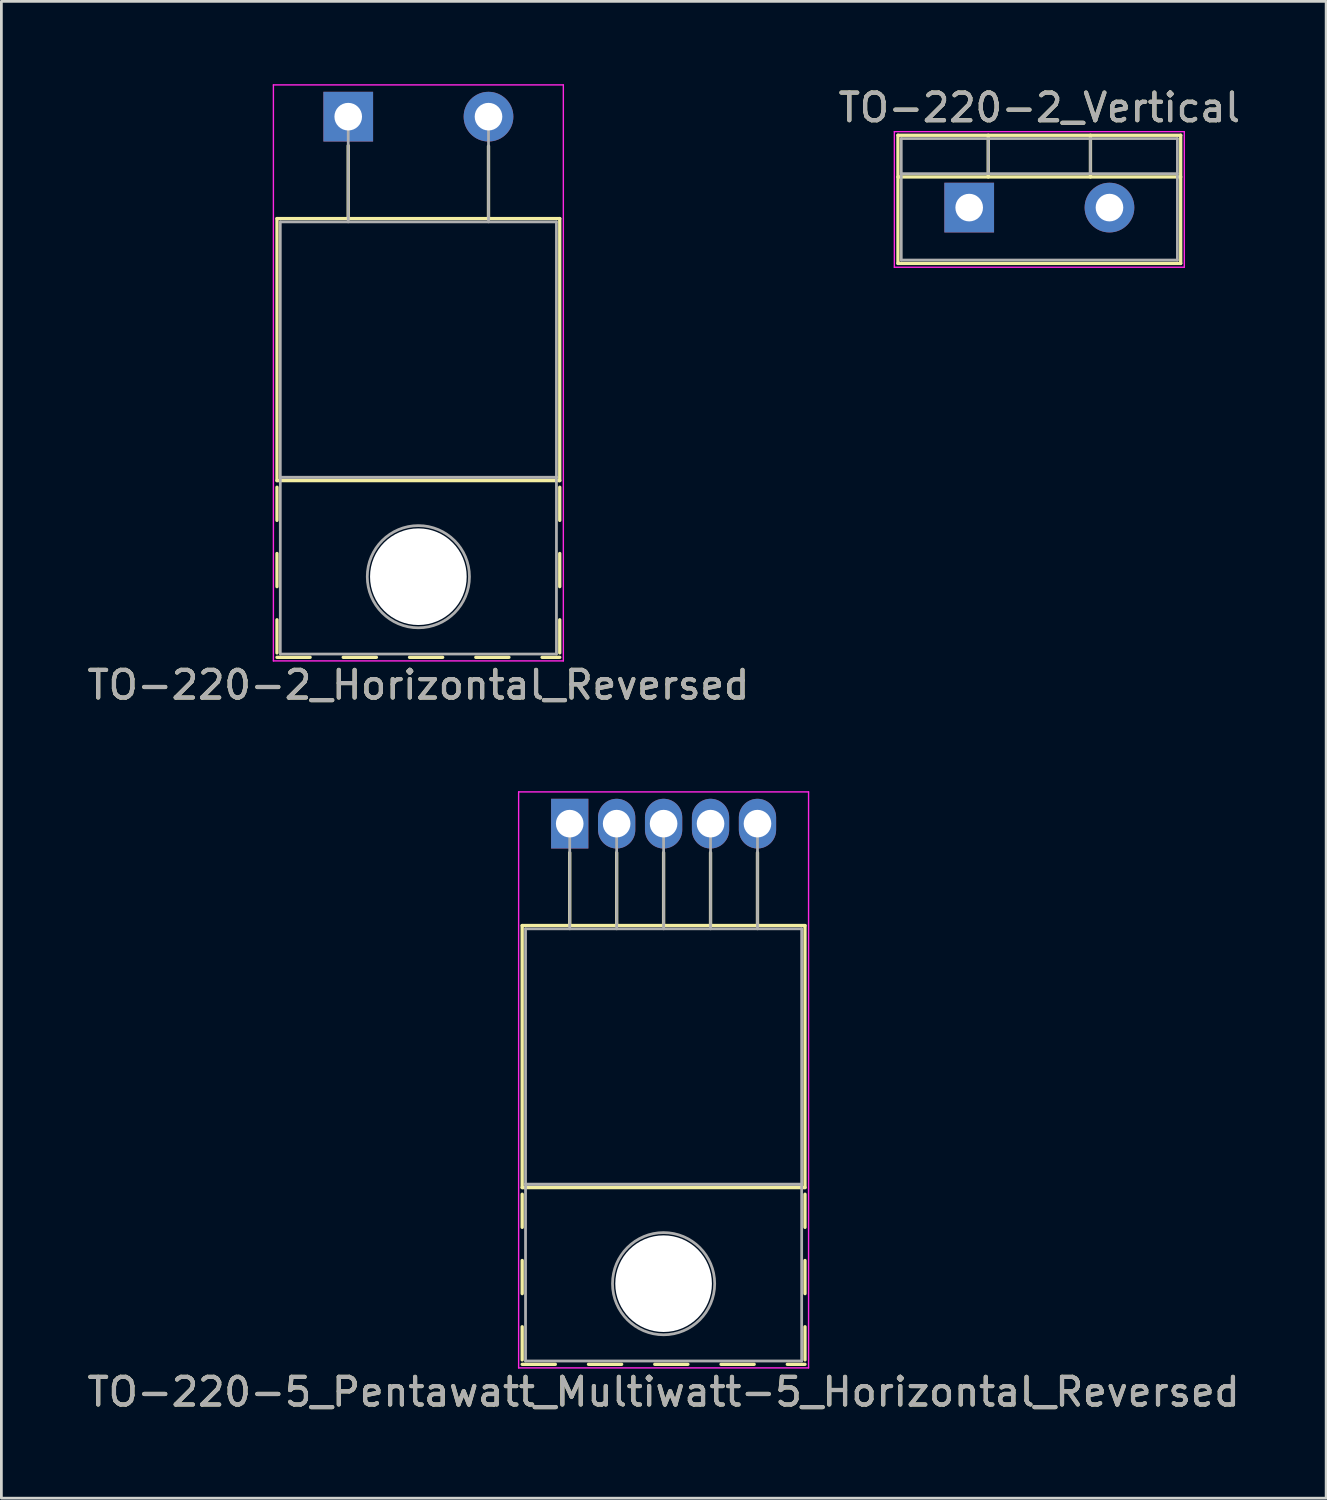
<source format=kicad_pcb>
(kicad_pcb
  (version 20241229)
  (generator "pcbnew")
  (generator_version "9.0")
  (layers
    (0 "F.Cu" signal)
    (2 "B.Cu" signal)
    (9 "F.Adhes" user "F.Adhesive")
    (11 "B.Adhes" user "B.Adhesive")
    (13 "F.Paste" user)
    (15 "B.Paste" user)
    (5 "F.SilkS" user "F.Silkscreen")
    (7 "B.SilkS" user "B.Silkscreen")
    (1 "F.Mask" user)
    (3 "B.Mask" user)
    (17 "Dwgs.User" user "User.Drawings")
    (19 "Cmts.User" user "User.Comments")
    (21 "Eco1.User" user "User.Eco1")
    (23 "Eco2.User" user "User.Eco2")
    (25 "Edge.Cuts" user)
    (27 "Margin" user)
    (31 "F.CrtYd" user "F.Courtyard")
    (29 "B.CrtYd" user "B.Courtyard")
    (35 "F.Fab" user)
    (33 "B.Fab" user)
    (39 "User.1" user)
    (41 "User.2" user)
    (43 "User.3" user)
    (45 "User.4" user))
  (footprint "TO-220-5_Pentawatt_Multiwatt-5_Horizontal_Reversed"
    (layer "F.Cu")
    (at 17.582 26.778)
    (property "Reference" "TO-220-5_Pentawatt_Multiwatt-5_Horizontal_Reversed" (at 3.4 20.58 0) (layer "F.SilkS") (effects (font (size 1 1) (thickness 0.15))))
    (attr through_hole)
    (fp_line (start -1.721 3.69) (end -1.721 13.18) (stroke (width 0.12) (type solid)) (layer "F.SilkS"))
    (fp_line (start -1.721 3.69) (end 8.52 3.69) (stroke (width 0.12) (type solid)) (layer "F.SilkS"))
    (fp_line (start -1.721 13.18) (end 8.52 13.18) (stroke (width 0.12) (type solid)) (layer "F.SilkS"))
    (fp_line (start -1.721 13.42) (end -1.721 14.62) (stroke (width 0.12) (type solid)) (layer "F.SilkS"))
    (fp_line (start -1.721 15.82) (end -1.721 17.02) (stroke (width 0.12) (type solid)) (layer "F.SilkS"))
    (fp_line (start -1.721 18.22) (end -1.721 19.42) (stroke (width 0.12) (type solid)) (layer "F.SilkS"))
    (fp_line (start -1.721 19.58) (end -0.521 19.58) (stroke (width 0.12) (type solid)) (layer "F.SilkS"))
    (fp_line (start 0 1.05) (end 0 3.69) (stroke (width 0.12) (type solid)) (layer "F.SilkS"))
    (fp_line (start 0.68 19.58) (end 1.88 19.58) (stroke (width 0.12) (type solid)) (layer "F.SilkS"))
    (fp_line (start 1.7 1.05) (end 1.7 3.69) (stroke (width 0.12) (type solid)) (layer "F.SilkS"))
    (fp_line (start 3.08 19.58) (end 4.28 19.58) (stroke (width 0.12) (type solid)) (layer "F.SilkS"))
    (fp_line (start 3.4 1.05) (end 3.4 3.69) (stroke (width 0.12) (type solid)) (layer "F.SilkS"))
    (fp_line (start 5.1 1.05) (end 5.1 3.69) (stroke (width 0.12) (type solid)) (layer "F.SilkS"))
    (fp_line (start 5.48 19.58) (end 6.68 19.58) (stroke (width 0.12) (type solid)) (layer "F.SilkS"))
    (fp_line (start 6.8 1.05) (end 6.8 3.69) (stroke (width 0.12) (type solid)) (layer "F.SilkS"))
    (fp_line (start 7.88 19.58) (end 8.52 19.58) (stroke (width 0.12) (type solid)) (layer "F.SilkS"))
    (fp_line (start 8.52 3.69) (end 8.52 13.18) (stroke (width 0.12) (type solid)) (layer "F.SilkS"))
    (fp_line (start 8.52 13.42) (end 8.52 14.62) (stroke (width 0.12) (type solid)) (layer "F.SilkS"))
    (fp_line (start 8.52 15.82) (end 8.52 17.02) (stroke (width 0.12) (type solid)) (layer "F.SilkS"))
    (fp_line (start 8.52 18.22) (end 8.52 19.42) (stroke (width 0.12) (type solid)) (layer "F.SilkS"))
    (fp_line (start -1.85 -1.15) (end -1.85 19.71) (stroke (width 0.05) (type solid)) (layer "F.CrtYd"))
    (fp_line (start -1.85 19.71) (end 8.65 19.71) (stroke (width 0.05) (type solid)) (layer "F.CrtYd"))
    (fp_line (start 8.65 -1.15) (end -1.85 -1.15) (stroke (width 0.05) (type solid)) (layer "F.CrtYd"))
    (fp_line (start 8.65 19.71) (end 8.65 -1.15) (stroke (width 0.05) (type solid)) (layer "F.CrtYd"))
    (fp_line (start -1.6 3.81) (end -1.6 13.06) (stroke (width 0.1) (type solid)) (layer "F.Fab"))
    (fp_line (start -1.6 13.06) (end -1.6 19.46) (stroke (width 0.1) (type solid)) (layer "F.Fab"))
    (fp_line (start -1.6 13.06) (end 8.4 13.06) (stroke (width 0.1) (type solid)) (layer "F.Fab"))
    (fp_line (start -1.6 19.46) (end 8.4 19.46) (stroke (width 0.1) (type solid)) (layer "F.Fab"))
    (fp_line (start 0 3.81) (end 0 0) (stroke (width 0.1) (type solid)) (layer "F.Fab"))
    (fp_line (start 1.7 3.81) (end 1.7 0) (stroke (width 0.1) (type solid)) (layer "F.Fab"))
    (fp_line (start 3.4 3.81) (end 3.4 0) (stroke (width 0.1) (type solid)) (layer "F.Fab"))
    (fp_line (start 5.1 3.81) (end 5.1 0) (stroke (width 0.1) (type solid)) (layer "F.Fab"))
    (fp_line (start 6.8 3.81) (end 6.8 0) (stroke (width 0.1) (type solid)) (layer "F.Fab"))
    (fp_line (start 8.4 3.81) (end -1.6 3.81) (stroke (width 0.1) (type solid)) (layer "F.Fab"))
    (fp_line (start 8.4 13.06) (end -1.6 13.06) (stroke (width 0.1) (type solid)) (layer "F.Fab"))
    (fp_line (start 8.4 13.06) (end 8.4 3.81) (stroke (width 0.1) (type solid)) (layer "F.Fab"))
    (fp_line (start 8.4 19.46) (end 8.4 13.06) (stroke (width 0.1) (type solid)) (layer "F.Fab"))
    (fp_circle (center 3.4 16.66) (end 5.25 16.66) (stroke (width 0.1) (type solid)) (fill no) (layer "F.Fab"))
    (fp_text user "${REFERENCE}" (at 3.4 20.58 0) (layer "F.Fab") (effects (font (size 1 1) (thickness 0.15))))
    (pad "" np_thru_hole oval (at 3.4 16.66) (size 3.5 3.5) (drill 3.5) (layers "*.Cu" "*.Mask"))
    (pad "1" thru_hole rect (at 0 0) (size 1.35 1.8) (drill 1) (layers "*.Cu" "*.Mask"))
    (pad "2" thru_hole oval (at 1.7 0) (size 1.35 1.8) (drill 1) (layers "*.Cu" "*.Mask"))
    (pad "3" thru_hole oval (at 3.4 0) (size 1.35 1.8) (drill 1) (layers "*.Cu" "*.Mask"))
    (pad "4" thru_hole oval (at 5.1 0) (size 1.35 1.8) (drill 1) (layers "*.Cu" "*.Mask"))
    (pad "5" thru_hole oval (at 6.8 0) (size 1.35 1.8) (drill 1) (layers "*.Cu" "*.Mask")))
  (footprint "TO-220-2_Vertical"
    (layer "F.Cu")
    (at 32.049 4.468)
    (property "Reference" "TO-220-2_Vertical" (at 2.54 -3.62 0) (layer "F.SilkS") (effects (font (size 1 1) (thickness 0.15))))
    (attr through_hole)
    (fp_line (start -2.58 -2.62) (end -2.58 2.021) (stroke (width 0.12) (type solid)) (layer "F.SilkS"))
    (fp_line (start -2.58 -2.62) (end 7.66 -2.62) (stroke (width 0.12) (type solid)) (layer "F.SilkS"))
    (fp_line (start -2.58 -1.11) (end 7.66 -1.11) (stroke (width 0.12) (type solid)) (layer "F.SilkS"))
    (fp_line (start -2.58 2.021) (end 7.66 2.021) (stroke (width 0.12) (type solid)) (layer "F.SilkS"))
    (fp_line (start 0.69 -2.62) (end 0.69 -1.11) (stroke (width 0.12) (type solid)) (layer "F.SilkS"))
    (fp_line (start 4.391 -2.62) (end 4.391 -1.11) (stroke (width 0.12) (type solid)) (layer "F.SilkS"))
    (fp_line (start 7.66 -2.62) (end 7.66 2.021) (stroke (width 0.12) (type solid)) (layer "F.SilkS"))
    (fp_line (start -2.71 -2.75) (end -2.71 2.16) (stroke (width 0.05) (type solid)) (layer "F.CrtYd"))
    (fp_line (start -2.71 2.16) (end 7.79 2.16) (stroke (width 0.05) (type solid)) (layer "F.CrtYd"))
    (fp_line (start 7.79 -2.75) (end -2.71 -2.75) (stroke (width 0.05) (type solid)) (layer "F.CrtYd"))
    (fp_line (start 7.79 2.16) (end 7.79 -2.75) (stroke (width 0.05) (type solid)) (layer "F.CrtYd"))
    (fp_line (start -2.46 -2.5) (end -2.46 1.9) (stroke (width 0.1) (type solid)) (layer "F.Fab"))
    (fp_line (start -2.46 -1.23) (end 7.54 -1.23) (stroke (width 0.1) (type solid)) (layer "F.Fab"))
    (fp_line (start -2.46 1.9) (end 7.54 1.9) (stroke (width 0.1) (type solid)) (layer "F.Fab"))
    (fp_line (start 0.69 -2.5) (end 0.69 -1.23) (stroke (width 0.1) (type solid)) (layer "F.Fab"))
    (fp_line (start 4.39 -2.5) (end 4.39 -1.23) (stroke (width 0.1) (type solid)) (layer "F.Fab"))
    (fp_line (start 7.54 -2.5) (end -2.46 -2.5) (stroke (width 0.1) (type solid)) (layer "F.Fab"))
    (fp_line (start 7.54 1.9) (end 7.54 -2.5) (stroke (width 0.1) (type solid)) (layer "F.Fab"))
    (fp_text user "${REFERENCE}" (at 2.54 -3.62 0) (layer "F.Fab") (effects (font (size 1 1) (thickness 0.15))))
    (pad "1" thru_hole rect (at 0 0) (size 1.8 1.8) (drill 1) (layers "*.Cu" "*.Mask"))
    (pad "2" thru_hole oval (at 5.08 0) (size 1.8 1.8) (drill 1) (layers "*.Cu" "*.Mask")))
  (footprint "TO-220-2_Horizontal_Reversed"
    (layer "F.Cu")
    (at 9.561 1.175)
    (property "Reference" "TO-220-2_Horizontal_Reversed" (at 2.54 20.58 0) (layer "F.SilkS") (effects (font (size 1 1) (thickness 0.15))))
    (attr through_hole)
    (fp_line (start -2.58 3.69) (end -2.58 13.18) (stroke (width 0.12) (type solid)) (layer "F.SilkS"))
    (fp_line (start -2.58 3.69) (end 7.66 3.69) (stroke (width 0.12) (type solid)) (layer "F.SilkS"))
    (fp_line (start -2.58 13.18) (end 7.66 13.18) (stroke (width 0.12) (type solid)) (layer "F.SilkS"))
    (fp_line (start -2.58 13.42) (end -2.58 14.62) (stroke (width 0.12) (type solid)) (layer "F.SilkS"))
    (fp_line (start -2.58 15.82) (end -2.58 17.02) (stroke (width 0.12) (type solid)) (layer "F.SilkS"))
    (fp_line (start -2.58 18.22) (end -2.58 19.42) (stroke (width 0.12) (type solid)) (layer "F.SilkS"))
    (fp_line (start -2.58 19.58) (end -1.38 19.58) (stroke (width 0.12) (type solid)) (layer "F.SilkS"))
    (fp_line (start -0.181 19.58) (end 1.02 19.58) (stroke (width 0.12) (type solid)) (layer "F.SilkS"))
    (fp_line (start 0 1.05) (end 0 3.69) (stroke (width 0.12) (type solid)) (layer "F.SilkS"))
    (fp_line (start 2.22 19.58) (end 3.42 19.58) (stroke (width 0.12) (type solid)) (layer "F.SilkS"))
    (fp_line (start 4.62 19.58) (end 5.82 19.58) (stroke (width 0.12) (type solid)) (layer "F.SilkS"))
    (fp_line (start 5.08 1.066) (end 5.08 3.69) (stroke (width 0.12) (type solid)) (layer "F.SilkS"))
    (fp_line (start 7.02 19.58) (end 7.66 19.58) (stroke (width 0.12) (type solid)) (layer "F.SilkS"))
    (fp_line (start 7.66 3.69) (end 7.66 13.18) (stroke (width 0.12) (type solid)) (layer "F.SilkS"))
    (fp_line (start 7.66 13.42) (end 7.66 14.62) (stroke (width 0.12) (type solid)) (layer "F.SilkS"))
    (fp_line (start 7.66 15.82) (end 7.66 17.02) (stroke (width 0.12) (type solid)) (layer "F.SilkS"))
    (fp_line (start 7.66 18.22) (end 7.66 19.42) (stroke (width 0.12) (type solid)) (layer "F.SilkS"))
    (fp_line (start -2.71 -1.15) (end -2.71 19.71) (stroke (width 0.05) (type solid)) (layer "F.CrtYd"))
    (fp_line (start -2.71 19.71) (end 7.79 19.71) (stroke (width 0.05) (type solid)) (layer "F.CrtYd"))
    (fp_line (start 7.79 -1.15) (end -2.71 -1.15) (stroke (width 0.05) (type solid)) (layer "F.CrtYd"))
    (fp_line (start 7.79 19.71) (end 7.79 -1.15) (stroke (width 0.05) (type solid)) (layer "F.CrtYd"))
    (fp_line (start -2.46 3.81) (end -2.46 13.06) (stroke (width 0.1) (type solid)) (layer "F.Fab"))
    (fp_line (start -2.46 13.06) (end -2.46 19.46) (stroke (width 0.1) (type solid)) (layer "F.Fab"))
    (fp_line (start -2.46 13.06) (end 7.54 13.06) (stroke (width 0.1) (type solid)) (layer "F.Fab"))
    (fp_line (start -2.46 19.46) (end 7.54 19.46) (stroke (width 0.1) (type solid)) (layer "F.Fab"))
    (fp_line (start 0 3.81) (end 0 0) (stroke (width 0.1) (type solid)) (layer "F.Fab"))
    (fp_line (start 5.08 3.81) (end 5.08 0) (stroke (width 0.1) (type solid)) (layer "F.Fab"))
    (fp_line (start 7.54 3.81) (end -2.46 3.81) (stroke (width 0.1) (type solid)) (layer "F.Fab"))
    (fp_line (start 7.54 13.06) (end -2.46 13.06) (stroke (width 0.1) (type solid)) (layer "F.Fab"))
    (fp_line (start 7.54 13.06) (end 7.54 3.81) (stroke (width 0.1) (type solid)) (layer "F.Fab"))
    (fp_line (start 7.54 19.46) (end 7.54 13.06) (stroke (width 0.1) (type solid)) (layer "F.Fab"))
    (fp_circle (center 2.54 16.66) (end 4.39 16.66) (stroke (width 0.1) (type solid)) (fill no) (layer "F.Fab"))
    (fp_text user "${REFERENCE}" (at 2.54 20.58 0) (layer "F.Fab") (effects (font (size 1 1) (thickness 0.15))))
    (pad "" np_thru_hole oval (at 2.54 16.66) (size 3.5 3.5) (drill 3.5) (layers "*.Cu" "*.Mask"))
    (pad "1" thru_hole rect (at 0 0) (size 1.8 1.8) (drill 1) (layers "*.Cu" "*.Mask"))
    (pad "2" thru_hole oval (at 5.08 0) (size 1.8 1.8) (drill 1) (layers "*.Cu" "*.Mask")))
  (gr_rect
    (start -3 -3)
    (end 44.976 51.206)
    (stroke (width 0.1) (type default))
    (fill no)
    (layer "Edge.Cuts")))
</source>
